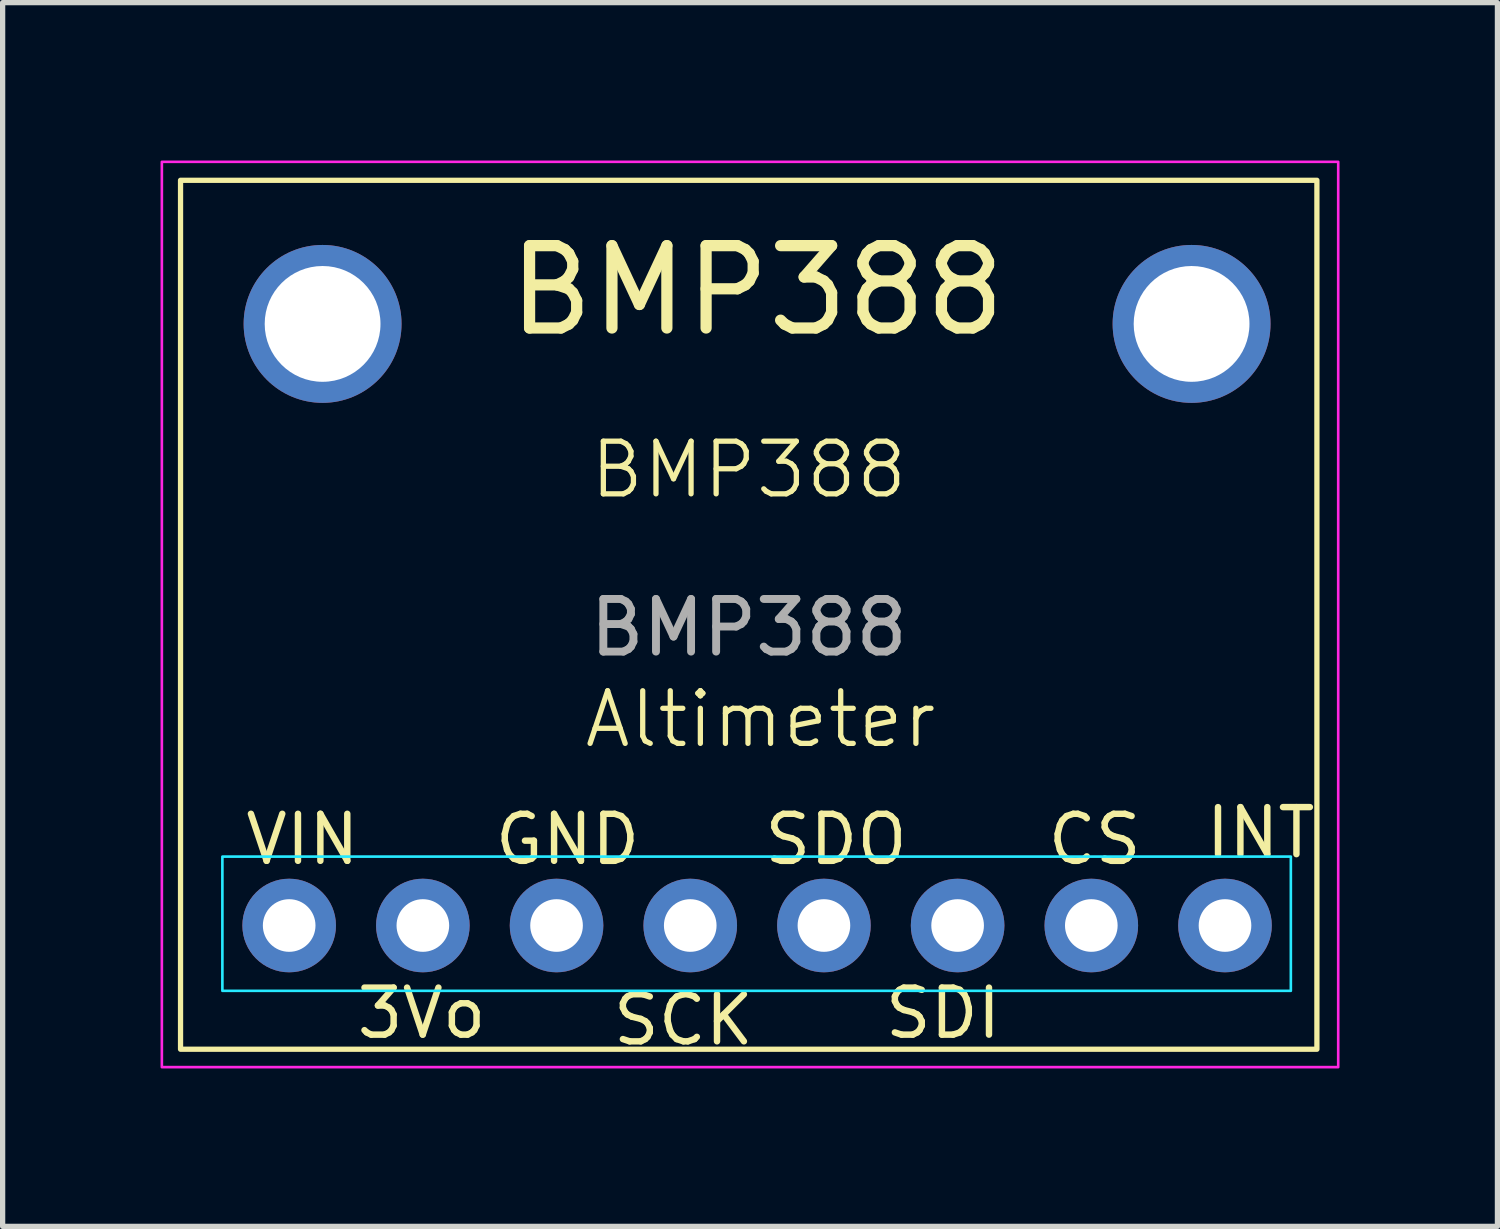
<source format=kicad_pcb>
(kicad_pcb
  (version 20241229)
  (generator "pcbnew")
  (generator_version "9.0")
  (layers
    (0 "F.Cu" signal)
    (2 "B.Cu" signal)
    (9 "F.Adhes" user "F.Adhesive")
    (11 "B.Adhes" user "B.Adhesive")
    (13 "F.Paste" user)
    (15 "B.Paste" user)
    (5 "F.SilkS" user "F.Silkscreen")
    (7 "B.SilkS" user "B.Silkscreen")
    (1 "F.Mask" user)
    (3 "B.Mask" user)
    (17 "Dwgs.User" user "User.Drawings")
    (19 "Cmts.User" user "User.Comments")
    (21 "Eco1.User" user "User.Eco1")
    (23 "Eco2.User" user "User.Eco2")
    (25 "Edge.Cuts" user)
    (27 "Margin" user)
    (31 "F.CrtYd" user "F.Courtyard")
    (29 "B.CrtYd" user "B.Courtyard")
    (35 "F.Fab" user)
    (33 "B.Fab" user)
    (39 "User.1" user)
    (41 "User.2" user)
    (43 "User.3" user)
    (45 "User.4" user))
  (footprint "BMP388"
    (layer "F.Cu")
    (at 11.175 6.375)
    (property "Reference" "BMP388" (at 0 -0.5 0) (unlocked yes) (layer "F.SilkS") (effects (font (size 1 1) (thickness 0.1))))
    (attr smd)
    (fp_rect (start -10.795 -6) (end 10.795 10.51) (stroke (width 0.1) (type default)) (fill no) (layer "F.SilkS"))
    (fp_rect (start -10 6.85) (end 10.3 9.4) (stroke (width 0.05) (type default)) (fill no) (layer "B.CrtYd"))
    (fp_rect (start -11.15 -6.35) (end 11.2 10.85) (stroke (width 0.05) (type default)) (fill no) (layer "F.CrtYd"))
    (fp_text user "CS" (at 7.525 6 0) (unlocked yes) (layer "F.SilkS") (effects (font (size 0.894 0.894) (thickness 0.122)) (justify right top)))
    (fp_text user "INT" (at 10.827 5.873 0) (unlocked yes) (layer "F.SilkS") (effects (font (size 0.894 0.894) (thickness 0.122)) (justify right top)))
    (fp_text user "SDO" (at 3.08 6 0) (unlocked yes) (layer "F.SilkS") (effects (font (size 0.894 0.894) (thickness 0.122)) (justify right top)))
    (fp_text user "VIN" (at -7.334 6 0) (unlocked yes) (layer "F.SilkS") (effects (font (size 0.894 0.894) (thickness 0.122)) (justify right top)))
    (fp_text user "GND" (at -2 6 0) (unlocked yes) (layer "F.SilkS") (effects (font (size 0.894 0.894) (thickness 0.122)) (justify right top)))
    (fp_text user "SDI" (at 4.858 9.302 0) (unlocked yes) (layer "F.SilkS") (effects (font (size 0.894 0.894) (thickness 0.122)) (justify right top)))
    (fp_text user "3Vo" (at -4.921 9.302 0) (unlocked yes) (layer "F.SilkS") (effects (font (size 0.894 0.894) (thickness 0.122)) (justify right top)))
    (fp_text user "SCK" (at 0.159 9.429 0) (unlocked yes) (layer "F.SilkS") (effects (font (size 0.894 0.894) (thickness 0.122)) (justify right top)))
    (fp_text user "BMP388" (at 0.159 -3.906 0) (unlocked yes) (layer "F.SilkS") (effects (font (size 1.565 1.565) (thickness 0.213))))
    (fp_text user "Altimeter" (at -3.175 4.826 0) (unlocked yes) (layer "F.SilkS") (effects (font (size 1 1) (thickness 0.1)) (justify left bottom)))
    (fp_text user "${REFERENCE}" (at 0 2.5 0) (unlocked yes) (layer "F.Fab") (effects (font (size 1 1) (thickness 0.15))))
    (pad "1" thru_hole circle (at -8.731 8.159 90) (size 1.778 1.778) (drill 1) (layers "*.Cu" "*.Mask"))
    (pad "2" thru_hole circle (at -6.191 8.159 90) (size 1.778 1.778) (drill 1) (layers "*.Cu" "*.Mask"))
    (pad "3" thru_hole circle (at -3.651 8.159 90) (size 1.778 1.778) (drill 1) (layers "*.Cu" "*.Mask"))
    (pad "4" thru_hole circle (at -1.111 8.159 90) (size 1.778 1.778) (drill 1) (layers "*.Cu" "*.Mask"))
    (pad "5" thru_hole circle (at 1.429 8.159 90) (size 1.778 1.778) (drill 1) (layers "*.Cu" "*.Mask"))
    (pad "6" thru_hole circle (at 3.969 8.159 90) (size 1.778 1.778) (drill 1) (layers "*.Cu" "*.Mask"))
    (pad "7" thru_hole circle (at 6.509 8.159 90) (size 1.778 1.778) (drill 1) (layers "*.Cu" "*.Mask"))
    (pad "8" thru_hole circle (at 9.049 8.159 90) (size 1.778 1.778) (drill 1) (layers "*.Cu" "*.Mask"))
    (pad "P$1" thru_hole circle (at -8.096 -3.271) (size 3 3) (drill 2.2) (layers "*.Cu" "*.Mask"))
    (pad "P$1" thru_hole circle (at 8.414 -3.271) (size 3 3) (drill 2.2) (layers "*.Cu" "*.Mask")))
  (gr_rect
    (start -3 -3)
    (end 25.4 20.25)
    (stroke (width 0.1) (type default))
    (fill no)
    (layer "Edge.Cuts")))
</source>
